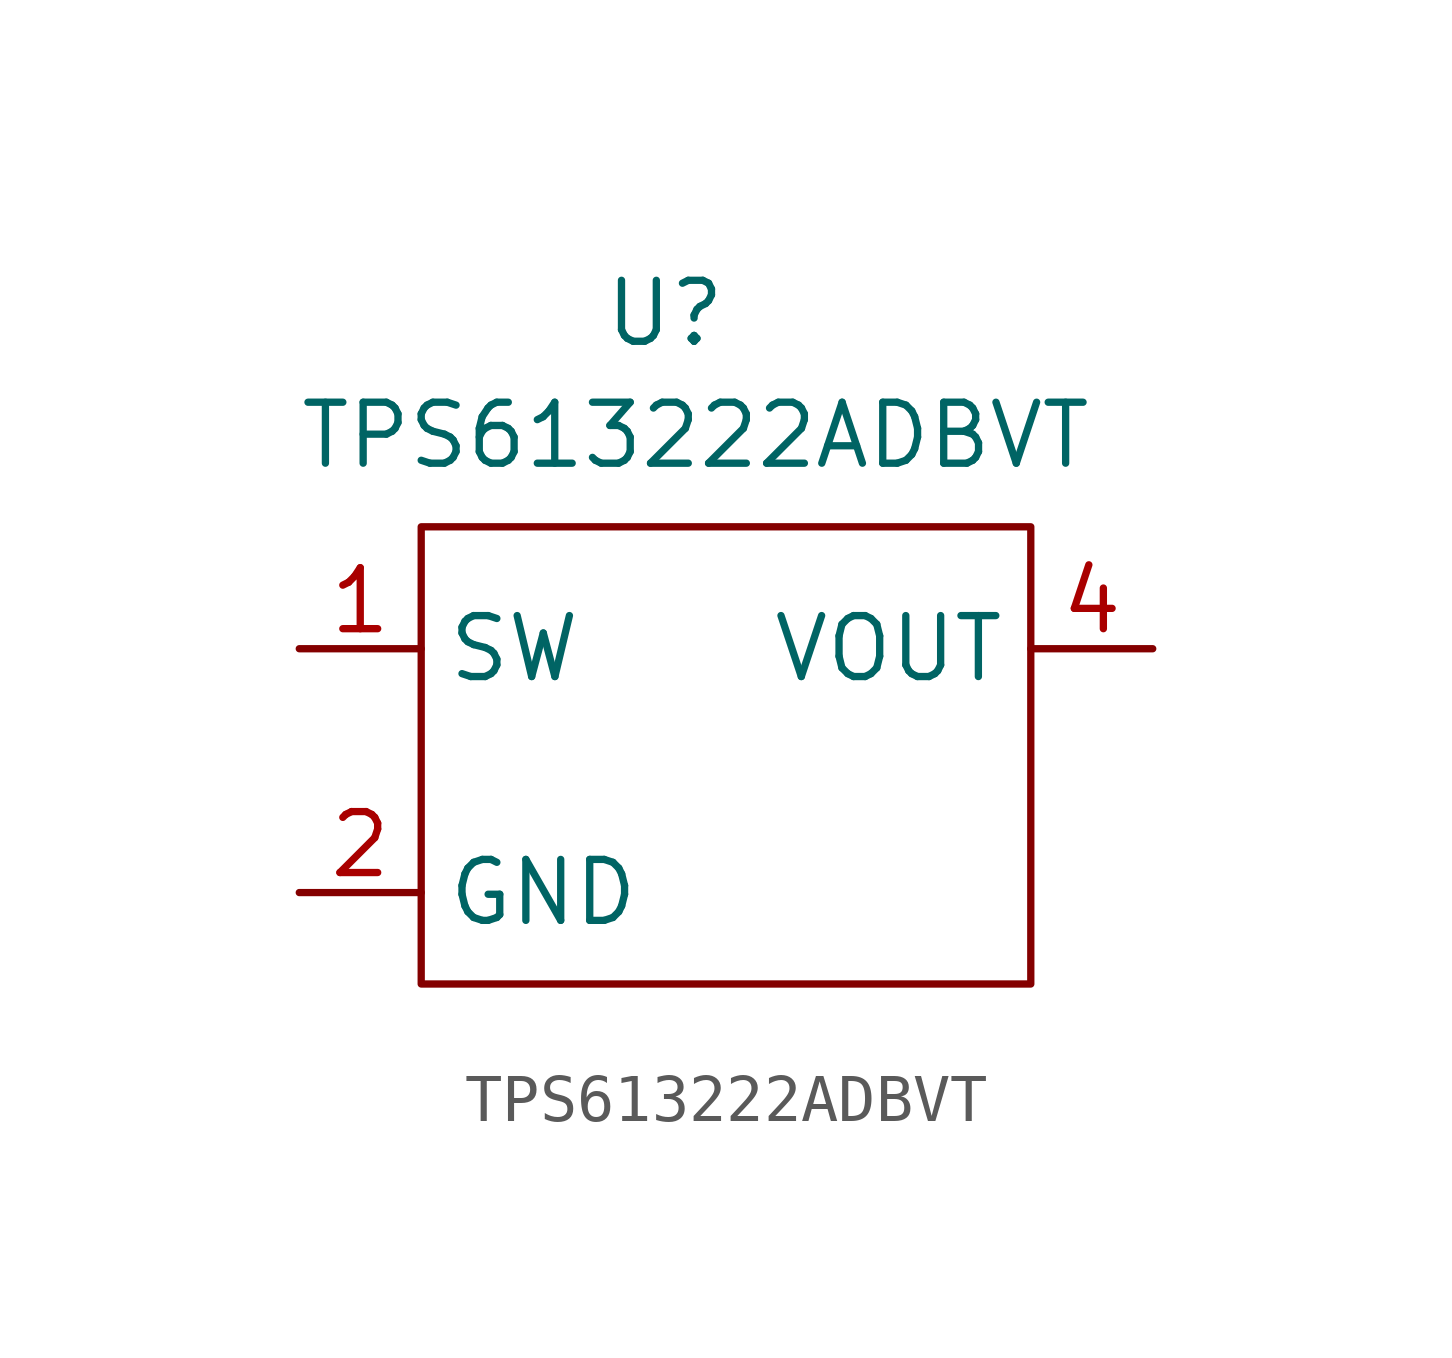
<source format=kicad_sym>
(kicad_symbol_lib
  (version 20211014)
  (generator kicad_symbol_editor)
  (symbol "TPS613222ADBVT"
    (property "Reference" "U"
      (at 5.08 3.175 0)
      (effects (font (size 1.27 1.27))))
    (property "Value" "TPS613222ADBVT"
      (at 5.715 0.635 0)
      (effects (font (size 1.27 1.27))))
    (symbol "TPS613222ADBVT_0_1"
      (rectangle (start 0 -1.27) (end 12.7 -10.795) (stroke (width 0.152) (type default) (color 0 0 0 0)) (fill (type none))))
    (symbol "TPS613222ADBVT_1_1"
      (pin input line (at -2.54 -3.81 0) (length 2.54) (name "SW" (effects (font (size 1.27 1.27)))) (number "1" (effects (font (size 1.27 1.27)))))
      (pin input line (at -2.54 -8.89 0) (length 2.54) (name "GND" (effects (font (size 1.27 1.27)))) (number "2" (effects (font (size 1.27 1.27)))))
      (pin no_connect line (at 15.24 -8.89 180) (length 2.54) hide (name "NC" (effects (font (size 1.27 1.27)))) (number "3" (effects (font (size 1.27 1.27)))))
      (pin input line (at 15.24 -3.81 180) (length 2.54) (name "VOUT" (effects (font (size 1.27 1.27)))) (number "4" (effects (font (size 1.27 1.27)))))
      (pin no_connect line (at 15.24 -6.985 180) (length 2.54) hide (name "NC" (effects (font (size 1.27 1.27)))) (number "5" (effects (font (size 1.27 1.27))))))))
</source>
